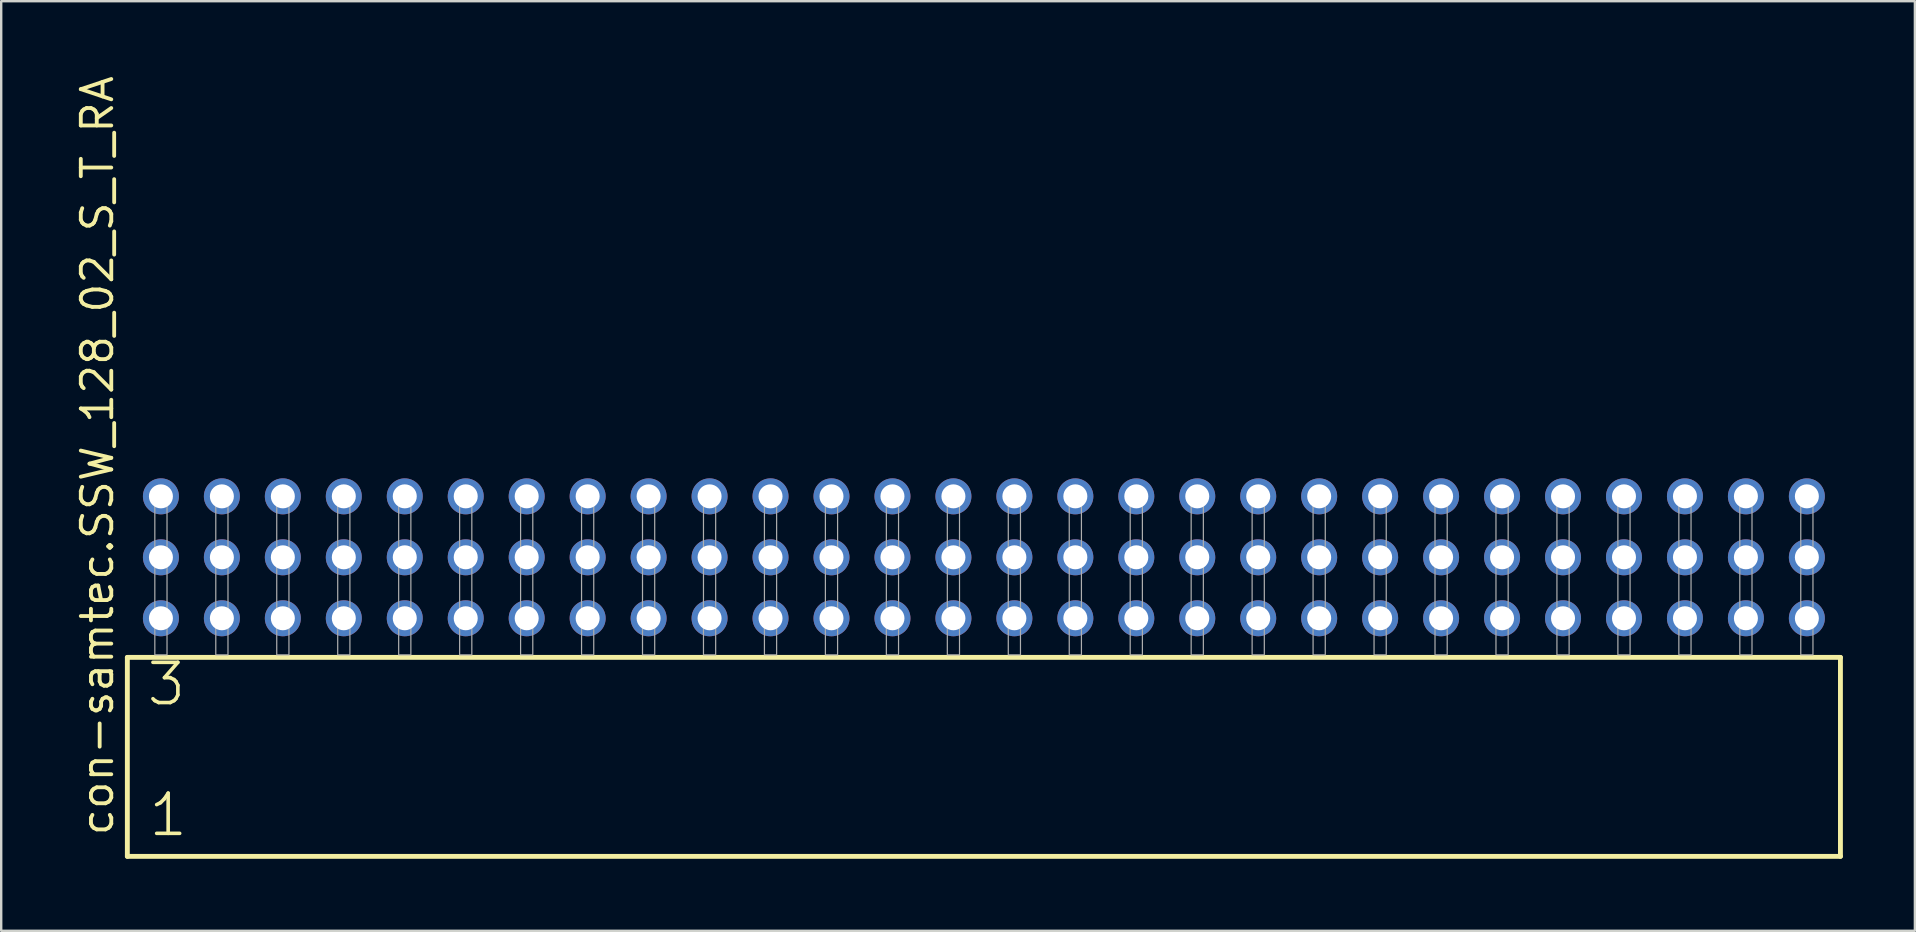
<source format=kicad_pcb>
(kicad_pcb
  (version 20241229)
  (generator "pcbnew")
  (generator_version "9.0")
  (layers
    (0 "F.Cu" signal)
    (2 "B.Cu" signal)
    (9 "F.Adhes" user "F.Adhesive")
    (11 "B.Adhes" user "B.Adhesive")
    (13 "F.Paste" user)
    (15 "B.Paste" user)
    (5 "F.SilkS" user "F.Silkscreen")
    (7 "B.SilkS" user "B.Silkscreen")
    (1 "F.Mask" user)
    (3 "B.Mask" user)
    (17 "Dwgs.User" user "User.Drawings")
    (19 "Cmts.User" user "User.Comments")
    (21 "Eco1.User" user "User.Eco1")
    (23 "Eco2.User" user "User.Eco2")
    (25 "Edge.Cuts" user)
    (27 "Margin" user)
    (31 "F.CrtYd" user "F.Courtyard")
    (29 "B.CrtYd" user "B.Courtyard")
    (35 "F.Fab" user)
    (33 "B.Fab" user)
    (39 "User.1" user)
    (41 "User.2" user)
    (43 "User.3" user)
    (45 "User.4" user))
  (footprint "con-samtec.SSW_128_02_S_T_RA"
    (layer "F.Cu")
    (at 37.945 24.235)
    (property "Reference" "con-samtec.SSW_128_02_S_T_RA" (at -36.195 7.62 90) (layer "F.SilkS") (effects (font (size 1.27 1.27) (thickness 0.16)) (justify left bottom)))
    (attr through_hole)
    (fp_line (start -35.689 0.106) (end -35.689 8.396) (stroke (width 0.203) (type default)) (layer "F.SilkS"))
    (fp_line (start -35.689 8.396) (end 35.689 8.396) (stroke (width 0.203) (type default)) (layer "F.SilkS"))
    (fp_line (start 35.689 0.106) (end -35.689 0.106) (stroke (width 0.203) (type default)) (layer "F.SilkS"))
    (fp_line (start 35.689 8.396) (end 35.689 0.106) (stroke (width 0.203) (type default)) (layer "F.SilkS"))
    (fp_rect (start -34.544 0) (end -34.036 -6.858) (stroke (width 0.05) (type default)) (fill no) (layer "F.Fab"))
    (fp_rect (start -32.004 0) (end -31.496 -6.858) (stroke (width 0.05) (type default)) (fill no) (layer "F.Fab"))
    (fp_rect (start -29.464 0) (end -28.956 -6.858) (stroke (width 0.05) (type default)) (fill no) (layer "F.Fab"))
    (fp_rect (start -26.924 0) (end -26.416 -6.858) (stroke (width 0.05) (type default)) (fill no) (layer "F.Fab"))
    (fp_rect (start -24.384 0) (end -23.876 -6.858) (stroke (width 0.05) (type default)) (fill no) (layer "F.Fab"))
    (fp_rect (start -21.844 0) (end -21.336 -6.858) (stroke (width 0.05) (type default)) (fill no) (layer "F.Fab"))
    (fp_rect (start -19.304 0) (end -18.796 -6.858) (stroke (width 0.05) (type default)) (fill no) (layer "F.Fab"))
    (fp_rect (start -16.764 0) (end -16.256 -6.858) (stroke (width 0.05) (type default)) (fill no) (layer "F.Fab"))
    (fp_rect (start -14.224 0) (end -13.716 -6.858) (stroke (width 0.05) (type default)) (fill no) (layer "F.Fab"))
    (fp_rect (start -11.684 0) (end -11.176 -6.858) (stroke (width 0.05) (type default)) (fill no) (layer "F.Fab"))
    (fp_rect (start -9.144 0) (end -8.636 -6.858) (stroke (width 0.05) (type default)) (fill no) (layer "F.Fab"))
    (fp_rect (start -6.604 0) (end -6.096 -6.858) (stroke (width 0.05) (type default)) (fill no) (layer "F.Fab"))
    (fp_rect (start -4.064 0) (end -3.556 -6.858) (stroke (width 0.05) (type default)) (fill no) (layer "F.Fab"))
    (fp_rect (start -1.524 0) (end -1.016 -6.858) (stroke (width 0.05) (type default)) (fill no) (layer "F.Fab"))
    (fp_rect (start 1.016 0) (end 1.524 -6.858) (stroke (width 0.05) (type default)) (fill no) (layer "F.Fab"))
    (fp_rect (start 3.556 0) (end 4.064 -6.858) (stroke (width 0.05) (type default)) (fill no) (layer "F.Fab"))
    (fp_rect (start 6.096 0) (end 6.604 -6.858) (stroke (width 0.05) (type default)) (fill no) (layer "F.Fab"))
    (fp_rect (start 8.636 0) (end 9.144 -6.858) (stroke (width 0.05) (type default)) (fill no) (layer "F.Fab"))
    (fp_rect (start 11.176 0) (end 11.684 -6.858) (stroke (width 0.05) (type default)) (fill no) (layer "F.Fab"))
    (fp_rect (start 13.716 0) (end 14.224 -6.858) (stroke (width 0.05) (type default)) (fill no) (layer "F.Fab"))
    (fp_rect (start 16.256 0) (end 16.764 -6.858) (stroke (width 0.05) (type default)) (fill no) (layer "F.Fab"))
    (fp_rect (start 18.796 0) (end 19.304 -6.858) (stroke (width 0.05) (type default)) (fill no) (layer "F.Fab"))
    (fp_rect (start 21.336 0) (end 21.844 -6.858) (stroke (width 0.05) (type default)) (fill no) (layer "F.Fab"))
    (fp_rect (start 23.876 0) (end 24.384 -6.858) (stroke (width 0.05) (type default)) (fill no) (layer "F.Fab"))
    (fp_rect (start 26.416 0) (end 26.924 -6.858) (stroke (width 0.05) (type default)) (fill no) (layer "F.Fab"))
    (fp_rect (start 28.956 0) (end 29.464 -6.858) (stroke (width 0.05) (type default)) (fill no) (layer "F.Fab"))
    (fp_rect (start 31.496 0) (end 32.004 -6.858) (stroke (width 0.05) (type default)) (fill no) (layer "F.Fab"))
    (fp_rect (start 34.036 0) (end 34.544 -6.858) (stroke (width 0.05) (type default)) (fill no) (layer "F.Fab"))
    (fp_text user "3" (at -34.96 2.2 0) (layer "F.SilkS") (effects (font (size 1.676 1.676) (thickness 0.15)) (justify left bottom)))
    (fp_text user "1" (at -34.885 7.65 0) (layer "F.SilkS") (effects (font (size 1.676 1.676) (thickness 0.15)) (justify left bottom)))
    (pad "1" thru_hole circle (at -34.29 -1.524) (size 1.5 1.5) (drill 1) (layers "*.Cu" "*.Mask"))
    (pad "2" thru_hole circle (at -34.29 -4.064) (size 1.5 1.5) (drill 1) (layers "*.Cu" "*.Mask"))
    (pad "3" thru_hole circle (at -34.29 -6.604) (size 1.5 1.5) (drill 1) (layers "*.Cu" "*.Mask"))
    (pad "4" thru_hole circle (at -31.75 -1.524) (size 1.5 1.5) (drill 1) (layers "*.Cu" "*.Mask"))
    (pad "5" thru_hole circle (at -31.75 -4.064) (size 1.5 1.5) (drill 1) (layers "*.Cu" "*.Mask"))
    (pad "6" thru_hole circle (at -31.75 -6.604) (size 1.5 1.5) (drill 1) (layers "*.Cu" "*.Mask"))
    (pad "7" thru_hole circle (at -29.21 -1.524) (size 1.5 1.5) (drill 1) (layers "*.Cu" "*.Mask"))
    (pad "8" thru_hole circle (at -29.21 -4.064) (size 1.5 1.5) (drill 1) (layers "*.Cu" "*.Mask"))
    (pad "9" thru_hole circle (at -29.21 -6.604) (size 1.5 1.5) (drill 1) (layers "*.Cu" "*.Mask"))
    (pad "10" thru_hole circle (at -26.67 -1.524) (size 1.5 1.5) (drill 1) (layers "*.Cu" "*.Mask"))
    (pad "11" thru_hole circle (at -26.67 -4.064) (size 1.5 1.5) (drill 1) (layers "*.Cu" "*.Mask"))
    (pad "12" thru_hole circle (at -26.67 -6.604) (size 1.5 1.5) (drill 1) (layers "*.Cu" "*.Mask"))
    (pad "13" thru_hole circle (at -24.13 -1.524) (size 1.5 1.5) (drill 1) (layers "*.Cu" "*.Mask"))
    (pad "14" thru_hole circle (at -24.13 -4.064) (size 1.5 1.5) (drill 1) (layers "*.Cu" "*.Mask"))
    (pad "15" thru_hole circle (at -24.13 -6.604) (size 1.5 1.5) (drill 1) (layers "*.Cu" "*.Mask"))
    (pad "16" thru_hole circle (at -21.59 -1.524) (size 1.5 1.5) (drill 1) (layers "*.Cu" "*.Mask"))
    (pad "17" thru_hole circle (at -21.59 -4.064) (size 1.5 1.5) (drill 1) (layers "*.Cu" "*.Mask"))
    (pad "18" thru_hole circle (at -21.59 -6.604) (size 1.5 1.5) (drill 1) (layers "*.Cu" "*.Mask"))
    (pad "19" thru_hole circle (at -19.05 -1.524) (size 1.5 1.5) (drill 1) (layers "*.Cu" "*.Mask"))
    (pad "20" thru_hole circle (at -19.05 -4.064) (size 1.5 1.5) (drill 1) (layers "*.Cu" "*.Mask"))
    (pad "21" thru_hole circle (at -19.05 -6.604) (size 1.5 1.5) (drill 1) (layers "*.Cu" "*.Mask"))
    (pad "22" thru_hole circle (at -16.51 -1.524) (size 1.5 1.5) (drill 1) (layers "*.Cu" "*.Mask"))
    (pad "23" thru_hole circle (at -16.51 -4.064) (size 1.5 1.5) (drill 1) (layers "*.Cu" "*.Mask"))
    (pad "24" thru_hole circle (at -16.51 -6.604) (size 1.5 1.5) (drill 1) (layers "*.Cu" "*.Mask"))
    (pad "25" thru_hole circle (at -13.97 -1.524) (size 1.5 1.5) (drill 1) (layers "*.Cu" "*.Mask"))
    (pad "26" thru_hole circle (at -13.97 -4.064) (size 1.5 1.5) (drill 1) (layers "*.Cu" "*.Mask"))
    (pad "27" thru_hole circle (at -13.97 -6.604) (size 1.5 1.5) (drill 1) (layers "*.Cu" "*.Mask"))
    (pad "28" thru_hole circle (at -11.43 -1.524) (size 1.5 1.5) (drill 1) (layers "*.Cu" "*.Mask"))
    (pad "29" thru_hole circle (at -11.43 -4.064) (size 1.5 1.5) (drill 1) (layers "*.Cu" "*.Mask"))
    (pad "30" thru_hole circle (at -11.43 -6.604) (size 1.5 1.5) (drill 1) (layers "*.Cu" "*.Mask"))
    (pad "31" thru_hole circle (at -8.89 -1.524) (size 1.5 1.5) (drill 1) (layers "*.Cu" "*.Mask"))
    (pad "32" thru_hole circle (at -8.89 -4.064) (size 1.5 1.5) (drill 1) (layers "*.Cu" "*.Mask"))
    (pad "33" thru_hole circle (at -8.89 -6.604) (size 1.5 1.5) (drill 1) (layers "*.Cu" "*.Mask"))
    (pad "34" thru_hole circle (at -6.35 -1.524) (size 1.5 1.5) (drill 1) (layers "*.Cu" "*.Mask"))
    (pad "35" thru_hole circle (at -6.35 -4.064) (size 1.5 1.5) (drill 1) (layers "*.Cu" "*.Mask"))
    (pad "36" thru_hole circle (at -6.35 -6.604) (size 1.5 1.5) (drill 1) (layers "*.Cu" "*.Mask"))
    (pad "37" thru_hole circle (at -3.81 -1.524) (size 1.5 1.5) (drill 1) (layers "*.Cu" "*.Mask"))
    (pad "38" thru_hole circle (at -3.81 -4.064) (size 1.5 1.5) (drill 1) (layers "*.Cu" "*.Mask"))
    (pad "39" thru_hole circle (at -3.81 -6.604) (size 1.5 1.5) (drill 1) (layers "*.Cu" "*.Mask"))
    (pad "40" thru_hole circle (at -1.27 -1.524) (size 1.5 1.5) (drill 1) (layers "*.Cu" "*.Mask"))
    (pad "41" thru_hole circle (at -1.27 -4.064) (size 1.5 1.5) (drill 1) (layers "*.Cu" "*.Mask"))
    (pad "42" thru_hole circle (at -1.27 -6.604) (size 1.5 1.5) (drill 1) (layers "*.Cu" "*.Mask"))
    (pad "43" thru_hole circle (at 1.27 -1.524) (size 1.5 1.5) (drill 1) (layers "*.Cu" "*.Mask"))
    (pad "44" thru_hole circle (at 1.27 -4.064) (size 1.5 1.5) (drill 1) (layers "*.Cu" "*.Mask"))
    (pad "45" thru_hole circle (at 1.27 -6.604) (size 1.5 1.5) (drill 1) (layers "*.Cu" "*.Mask"))
    (pad "46" thru_hole circle (at 3.81 -1.524) (size 1.5 1.5) (drill 1) (layers "*.Cu" "*.Mask"))
    (pad "47" thru_hole circle (at 3.81 -4.064) (size 1.5 1.5) (drill 1) (layers "*.Cu" "*.Mask"))
    (pad "48" thru_hole circle (at 3.81 -6.604) (size 1.5 1.5) (drill 1) (layers "*.Cu" "*.Mask"))
    (pad "49" thru_hole circle (at 6.35 -1.524) (size 1.5 1.5) (drill 1) (layers "*.Cu" "*.Mask"))
    (pad "50" thru_hole circle (at 6.35 -4.064) (size 1.5 1.5) (drill 1) (layers "*.Cu" "*.Mask"))
    (pad "51" thru_hole circle (at 6.35 -6.604) (size 1.5 1.5) (drill 1) (layers "*.Cu" "*.Mask"))
    (pad "52" thru_hole circle (at 8.89 -1.524) (size 1.5 1.5) (drill 1) (layers "*.Cu" "*.Mask"))
    (pad "53" thru_hole circle (at 8.89 -4.064) (size 1.5 1.5) (drill 1) (layers "*.Cu" "*.Mask"))
    (pad "54" thru_hole circle (at 8.89 -6.604) (size 1.5 1.5) (drill 1) (layers "*.Cu" "*.Mask"))
    (pad "55" thru_hole circle (at 11.43 -1.524) (size 1.5 1.5) (drill 1) (layers "*.Cu" "*.Mask"))
    (pad "56" thru_hole circle (at 11.43 -4.064) (size 1.5 1.5) (drill 1) (layers "*.Cu" "*.Mask"))
    (pad "57" thru_hole circle (at 11.43 -6.604) (size 1.5 1.5) (drill 1) (layers "*.Cu" "*.Mask"))
    (pad "58" thru_hole circle (at 13.97 -1.524) (size 1.5 1.5) (drill 1) (layers "*.Cu" "*.Mask"))
    (pad "59" thru_hole circle (at 13.97 -4.064) (size 1.5 1.5) (drill 1) (layers "*.Cu" "*.Mask"))
    (pad "60" thru_hole circle (at 13.97 -6.604) (size 1.5 1.5) (drill 1) (layers "*.Cu" "*.Mask"))
    (pad "61" thru_hole circle (at 16.51 -1.524) (size 1.5 1.5) (drill 1) (layers "*.Cu" "*.Mask"))
    (pad "62" thru_hole circle (at 16.51 -4.064) (size 1.5 1.5) (drill 1) (layers "*.Cu" "*.Mask"))
    (pad "63" thru_hole circle (at 16.51 -6.604) (size 1.5 1.5) (drill 1) (layers "*.Cu" "*.Mask"))
    (pad "64" thru_hole circle (at 19.05 -1.524) (size 1.5 1.5) (drill 1) (layers "*.Cu" "*.Mask"))
    (pad "65" thru_hole circle (at 19.05 -4.064) (size 1.5 1.5) (drill 1) (layers "*.Cu" "*.Mask"))
    (pad "66" thru_hole circle (at 19.05 -6.604) (size 1.5 1.5) (drill 1) (layers "*.Cu" "*.Mask"))
    (pad "67" thru_hole circle (at 21.59 -1.524) (size 1.5 1.5) (drill 1) (layers "*.Cu" "*.Mask"))
    (pad "68" thru_hole circle (at 21.59 -4.064) (size 1.5 1.5) (drill 1) (layers "*.Cu" "*.Mask"))
    (pad "69" thru_hole circle (at 21.59 -6.604) (size 1.5 1.5) (drill 1) (layers "*.Cu" "*.Mask"))
    (pad "70" thru_hole circle (at 24.13 -1.524) (size 1.5 1.5) (drill 1) (layers "*.Cu" "*.Mask"))
    (pad "71" thru_hole circle (at 24.13 -4.064) (size 1.5 1.5) (drill 1) (layers "*.Cu" "*.Mask"))
    (pad "72" thru_hole circle (at 24.13 -6.604) (size 1.5 1.5) (drill 1) (layers "*.Cu" "*.Mask"))
    (pad "73" thru_hole circle (at 26.67 -1.524) (size 1.5 1.5) (drill 1) (layers "*.Cu" "*.Mask"))
    (pad "74" thru_hole circle (at 26.67 -4.064) (size 1.5 1.5) (drill 1) (layers "*.Cu" "*.Mask"))
    (pad "75" thru_hole circle (at 26.67 -6.604) (size 1.5 1.5) (drill 1) (layers "*.Cu" "*.Mask"))
    (pad "76" thru_hole circle (at 29.21 -1.524) (size 1.5 1.5) (drill 1) (layers "*.Cu" "*.Mask"))
    (pad "77" thru_hole circle (at 29.21 -4.064) (size 1.5 1.5) (drill 1) (layers "*.Cu" "*.Mask"))
    (pad "78" thru_hole circle (at 29.21 -6.604) (size 1.5 1.5) (drill 1) (layers "*.Cu" "*.Mask"))
    (pad "79" thru_hole circle (at 31.75 -1.524) (size 1.5 1.5) (drill 1) (layers "*.Cu" "*.Mask"))
    (pad "80" thru_hole circle (at 31.75 -4.064) (size 1.5 1.5) (drill 1) (layers "*.Cu" "*.Mask"))
    (pad "81" thru_hole circle (at 31.75 -6.604) (size 1.5 1.5) (drill 1) (layers "*.Cu" "*.Mask"))
    (pad "82" thru_hole circle (at 34.29 -1.524) (size 1.5 1.5) (drill 1) (layers "*.Cu" "*.Mask"))
    (pad "83" thru_hole circle (at 34.29 -4.064) (size 1.5 1.5) (drill 1) (layers "*.Cu" "*.Mask"))
    (pad "84" thru_hole circle (at 34.29 -6.604) (size 1.5 1.5) (drill 1) (layers "*.Cu" "*.Mask")))
  (gr_rect
    (start -3 -3)
    (end 76.736 35.733)
    (stroke (width 0.1) (type default))
    (fill no)
    (layer "Edge.Cuts")))
</source>
